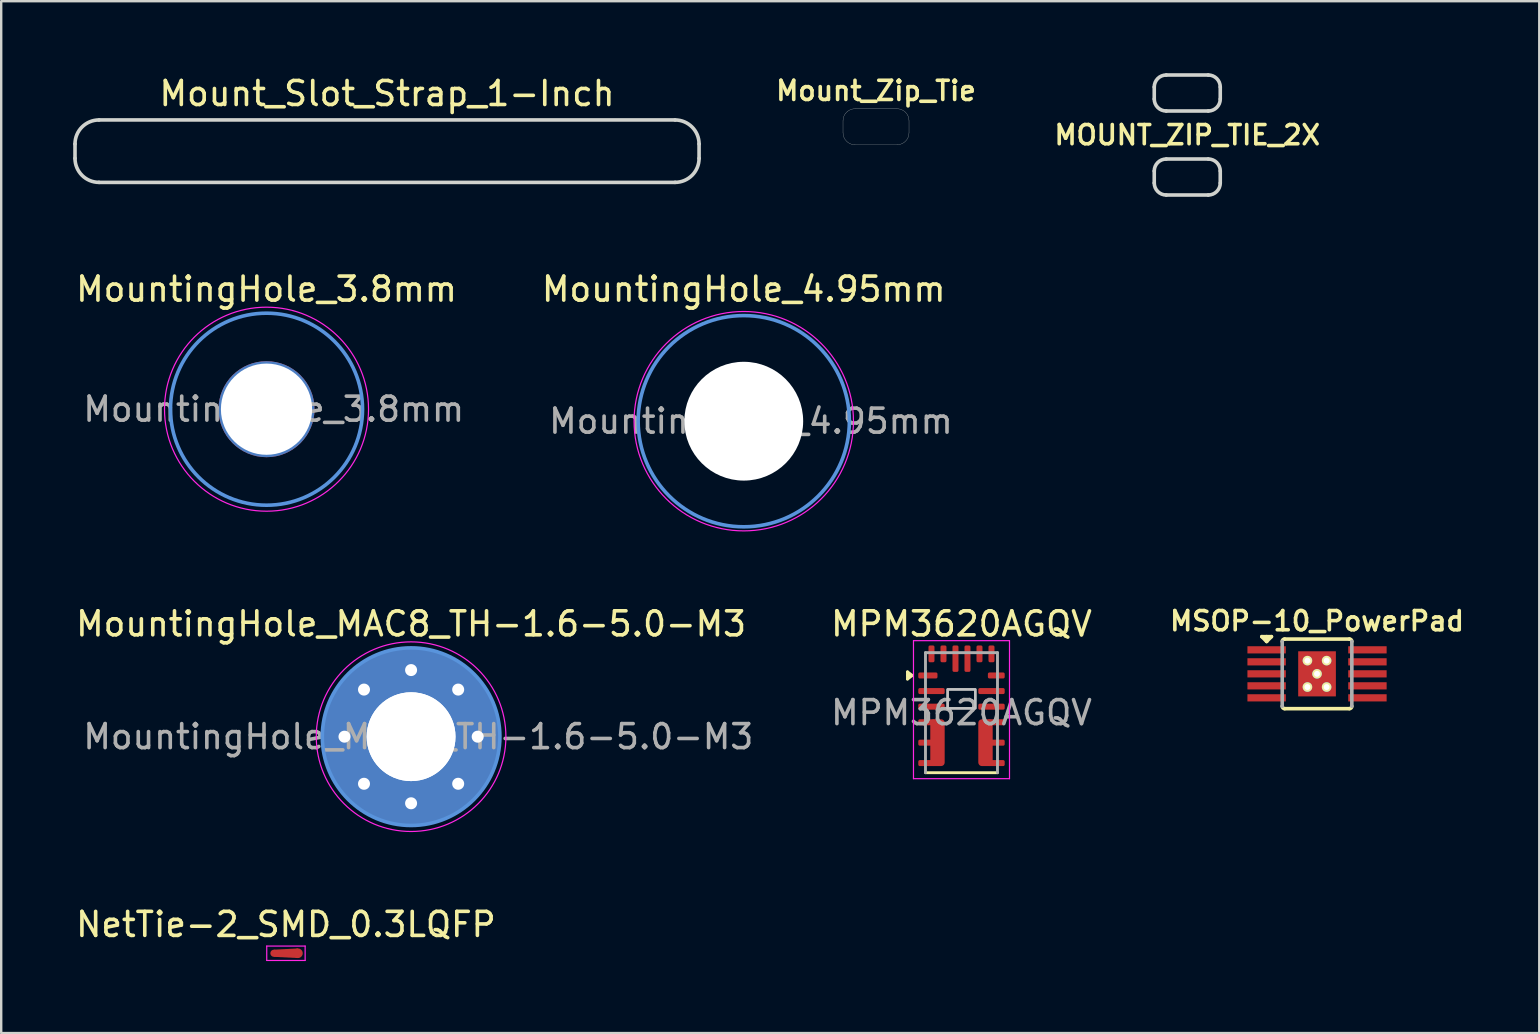
<source format=kicad_pcb>
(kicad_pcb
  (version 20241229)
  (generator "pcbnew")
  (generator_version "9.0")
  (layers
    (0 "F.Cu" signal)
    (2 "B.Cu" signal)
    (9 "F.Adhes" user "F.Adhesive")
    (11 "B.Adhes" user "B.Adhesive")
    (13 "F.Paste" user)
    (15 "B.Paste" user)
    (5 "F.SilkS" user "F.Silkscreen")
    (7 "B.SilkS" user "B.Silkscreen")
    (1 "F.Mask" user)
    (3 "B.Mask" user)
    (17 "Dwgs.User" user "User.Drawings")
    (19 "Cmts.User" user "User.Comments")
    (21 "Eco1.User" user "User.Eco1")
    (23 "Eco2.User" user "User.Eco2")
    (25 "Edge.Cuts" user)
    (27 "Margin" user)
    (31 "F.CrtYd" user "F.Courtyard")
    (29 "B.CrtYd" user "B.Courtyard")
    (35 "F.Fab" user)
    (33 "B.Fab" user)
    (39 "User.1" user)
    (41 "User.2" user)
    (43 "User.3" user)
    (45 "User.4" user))
  (footprint "Mount_Slot_Strap_1-Inch"
    (layer "F.Cu")
    (at 13.075 3.248)
    (property "Reference" "Mount_Slot_Strap_1-Inch" (at 0 -2.4 0) (layer "F.SilkS") (effects (font (size 1 1) (thickness 0.15))))
    (attr through_hole)
    (fp_line (start -13 0.3) (end -13 -0.3) (stroke (width 0.15) (type solid)) (layer "Edge.Cuts"))
    (fp_line (start -12 -1.3) (end 12 -1.3) (stroke (width 0.15) (type solid)) (layer "Edge.Cuts"))
    (fp_line (start -12 1.3) (end 12 1.3) (stroke (width 0.15) (type solid)) (layer "Edge.Cuts"))
    (fp_line (start 13 -0.3) (end 13 0.3) (stroke (width 0.15) (type solid)) (layer "Edge.Cuts"))
    (fp_arc (start -13 -0.3) (mid -12.707107 -1.007107) (end -12 -1.3) (stroke (width 0.15) (type solid)) (layer "Edge.Cuts"))
    (fp_arc (start -12 1.3) (mid -12.707107 1.007107) (end -13 0.3) (stroke (width 0.15) (type solid)) (layer "Edge.Cuts"))
    (fp_arc (start 12 -1.3) (mid 12.707107 -1.007107) (end 13 -0.3) (stroke (width 0.15) (type solid)) (layer "Edge.Cuts"))
    (fp_arc (start 13 0.3) (mid 12.707107 1.007107) (end 12 1.3) (stroke (width 0.15) (type solid)) (layer "Edge.Cuts")))
  (footprint "MountingHole_MAC8_TH-1.6-5.0-M3"
    (layer "F.Cu")
    (at 14.077 27.642)
    (property "Reference" "MountingHole_MAC8_TH-1.6-5.0-M3" (at 0 -4.7 0) (layer "F.SilkS") (effects (font (size 1 1) (thickness 0.15))))
    (attr exclude_from_pos_files exclude_from_bom)
    (fp_circle (center 0 0) (end 3.7 0) (stroke (width 0.15) (type solid)) (fill no) (layer "Cmts.User"))
    (fp_circle (center 0 0) (end 3.95 0) (stroke (width 0.05) (type solid)) (fill no) (layer "F.CrtYd"))
    (fp_text user "${REFERENCE}" (at 0.3 0 0) (layer "F.Fab") (effects (font (size 1 1) (thickness 0.15))))
    (pad "1" thru_hole circle (at -2.775 0) (size 0.8 0.8) (drill 0.5) (layers "*.Cu" "*.Mask"))
    (pad "1" thru_hole circle (at -1.962 -1.962) (size 0.8 0.8) (drill 0.5) (layers "*.Cu" "*.Mask"))
    (pad "1" thru_hole circle (at -1.962 1.962) (size 0.8 0.8) (drill 0.5) (layers "*.Cu" "*.Mask"))
    (pad "1" thru_hole circle (at 0 -2.775) (size 0.8 0.8) (drill 0.5) (layers "*.Cu" "*.Mask"))
    (pad "1" thru_hole circle (at 0 0) (size 4.1 4.1) (drill 3.7) (layers "*.Cu" "B.Mask"))
    (pad "1" thru_hole oval (at 0 0) (size 7.4 7.4) (drill 3.7) (layers "F.Cu" "F.Mask"))
    (pad "1" thru_hole circle (at 0 2.775) (size 0.8 0.8) (drill 0.5) (layers "*.Cu" "*.Mask"))
    (pad "1" thru_hole circle (at 1.962 -1.962) (size 0.8 0.8) (drill 0.5) (layers "*.Cu" "*.Mask"))
    (pad "1" thru_hole circle (at 1.962 1.962) (size 0.8 0.8) (drill 0.5) (layers "*.Cu" "*.Mask"))
    (pad "1" thru_hole circle (at 2.775 0) (size 0.8 0.8) (drill 0.5) (layers "*.Cu" "*.Mask")))
  (footprint "MOUNT_ZIP_TIE_2X"
    (layer "F.Cu")
    (at 46.414 2.575)
    (property "Reference" "MOUNT_ZIP_TIE_2X" (at 0 0 0) (layer "F.SilkS") (effects (font (size 0.8 0.8) (thickness 0.15))))
    (attr through_hole)
    (fp_line (start -1.375 -1.5) (end -1.375 -2) (stroke (width 0.15) (type solid)) (layer "Edge.Cuts"))
    (fp_line (start -1.375 2) (end -1.375 1.5) (stroke (width 0.15) (type solid)) (layer "Edge.Cuts"))
    (fp_line (start -0.875 -2.5) (end 0.875 -2.5) (stroke (width 0.15) (type solid)) (layer "Edge.Cuts"))
    (fp_line (start -0.875 1) (end 0.875 1) (stroke (width 0.15) (type solid)) (layer "Edge.Cuts"))
    (fp_line (start 0.875 -1) (end -0.875 -1) (stroke (width 0.15) (type solid)) (layer "Edge.Cuts"))
    (fp_line (start 0.875 2.5) (end -0.875 2.5) (stroke (width 0.15) (type solid)) (layer "Edge.Cuts"))
    (fp_line (start 1.375 -2) (end 1.375 -1.5) (stroke (width 0.15) (type solid)) (layer "Edge.Cuts"))
    (fp_line (start 1.375 1.5) (end 1.375 2) (stroke (width 0.15) (type solid)) (layer "Edge.Cuts"))
    (fp_arc (start -1.375 -2) (mid -1.228553 -2.353553) (end -0.875 -2.5) (stroke (width 0.15) (type solid)) (layer "Edge.Cuts"))
    (fp_arc (start -1.375 1.5) (mid -1.228553 1.146447) (end -0.875 1) (stroke (width 0.15) (type solid)) (layer "Edge.Cuts"))
    (fp_arc (start -0.875 -1) (mid -1.228553 -1.146447) (end -1.375 -1.5) (stroke (width 0.15) (type solid)) (layer "Edge.Cuts"))
    (fp_arc (start -0.875 2.5) (mid -1.228553 2.353553) (end -1.375 2) (stroke (width 0.15) (type solid)) (layer "Edge.Cuts"))
    (fp_arc (start 0.875 -2.5) (mid 1.228553 -2.353553) (end 1.375 -2) (stroke (width 0.15) (type solid)) (layer "Edge.Cuts"))
    (fp_arc (start 0.875 1) (mid 1.228553 1.146447) (end 1.375 1.5) (stroke (width 0.15) (type solid)) (layer "Edge.Cuts"))
    (fp_arc (start 1.375 -1.5) (mid 1.228553 -1.146447) (end 0.875 -1) (stroke (width 0.15) (type solid)) (layer "Edge.Cuts"))
    (fp_arc (start 1.375 2) (mid 1.228553 2.353553) (end 0.875 2.5) (stroke (width 0.15) (type solid)) (layer "Edge.Cuts")))
  (footprint "Mount_Zip_Tie"
    (layer "F.Cu")
    (at 33.447 2.231)
    (property "Reference" "Mount_Zip_Tie" (at 0 -1.5 0) (layer "F.SilkS") (effects (font (size 0.8 0.8) (thickness 0.15))))
    (attr through_hole)
    (fp_line (start -1.375 0.25) (end -1.375 -0.25) (stroke (width 0.01) (type solid)) (layer "Edge.Cuts"))
    (fp_line (start -0.875 -0.75) (end 0.875 -0.75) (stroke (width 0.01) (type solid)) (layer "Edge.Cuts"))
    (fp_line (start 0.875 0.75) (end -0.875 0.75) (stroke (width 0.01) (type solid)) (layer "Edge.Cuts"))
    (fp_line (start 1.375 -0.25) (end 1.375 0.25) (stroke (width 0.01) (type solid)) (layer "Edge.Cuts"))
    (fp_arc (start -1.375 -0.25) (mid -1.228553 -0.603553) (end -0.875 -0.75) (stroke (width 0.01) (type solid)) (layer "Edge.Cuts"))
    (fp_arc (start -0.875 0.75) (mid -1.228553 0.603553) (end -1.375 0.25) (stroke (width 0.01) (type solid)) (layer "Edge.Cuts"))
    (fp_arc (start 0.875 -0.75) (mid 1.228553 -0.603553) (end 1.375 -0.25) (stroke (width 0.01) (type solid)) (layer "Edge.Cuts"))
    (fp_arc (start 1.375 0.25) (mid 1.228553 0.603553) (end 0.875 0.75) (stroke (width 0.01) (type solid)) (layer "Edge.Cuts")))
  (footprint "NetTie-2_SMD_0.3LQFP"
    (layer "F.Cu")
    (at 8.863 36.665)
    (property "Reference" "NetTie-2_SMD_0.3LQFP" (at 0 -1.2 0) (layer "F.SilkS") (effects (font (size 1 1) (thickness 0.15))))
    (attr exclude_from_pos_files exclude_from_bom)
    (fp_poly (pts (xy -0.5 -0.15) (xy 0.5 -0.2) (xy 0.5 0.2) (xy -0.5 0.15)) (stroke (width 0) (type solid)) (fill yes) (layer "F.Cu"))
    (fp_line (start -0.8 -0.3) (end -0.8 0.3) (stroke (width 0.05) (type solid)) (layer "F.CrtYd"))
    (fp_line (start -0.8 0.3) (end 0.8 0.3) (stroke (width 0.05) (type solid)) (layer "F.CrtYd"))
    (fp_line (start 0.8 -0.3) (end -0.8 -0.3) (stroke (width 0.05) (type solid)) (layer "F.CrtYd"))
    (fp_line (start 0.8 0.3) (end 0.8 -0.3) (stroke (width 0.05) (type solid)) (layer "F.CrtYd"))
    (pad "1" smd circle (at -0.5 0) (size 0.3 0.3) (layers "F.Cu"))
    (pad "2" smd circle (at 0.5 0) (size 0.4 0.4) (layers "F.Cu")))
  (footprint "MountingHole_3.8mm"
    (layer "F.Cu")
    (at 8.054 13.998)
    (property "Reference" "MountingHole_3.8mm" (at 0 -5 0) (layer "F.SilkS") (effects (font (size 1 1) (thickness 0.15))))
    (attr exclude_from_pos_files exclude_from_bom)
    (fp_circle (center 0 0) (end 4 0) (stroke (width 0.15) (type solid)) (fill no) (layer "Cmts.User"))
    (fp_circle (center 0 0) (end 4.25 0) (stroke (width 0.05) (type solid)) (fill no) (layer "F.CrtYd"))
    (fp_text user "${REFERENCE}" (at 0.3 0 0) (layer "F.Fab") (effects (font (size 1 1) (thickness 0.15))))
    (pad "" np_thru_hole circle (at 0 0) (size 4 4) (drill 3.8) (layers "*.Cu" "*.Mask")))
  (footprint "MSOP-10_PowerPad"
    (layer "F.Cu")
    (at 51.821 25.024)
    (property "Reference" "MSOP-10_PowerPad" (at 0 -2.2 0) (layer "F.SilkS") (effects (font (size 0.8 0.8) (thickness 0.15))))
    (attr through_hole)
    (fp_line (start -2.3 -1.55) (end -1.9 -1.55) (stroke (width 0.15) (type solid)) (layer "F.SilkS"))
    (fp_line (start -2.1 -1.35) (end -2.3 -1.55) (stroke (width 0.15) (type solid)) (layer "F.SilkS"))
    (fp_line (start -2.1 -1.35) (end -2.1 -1.55) (stroke (width 0.15) (type solid)) (layer "F.SilkS"))
    (fp_line (start -1.9 -1.55) (end -2.1 -1.35) (stroke (width 0.15) (type solid)) (layer "F.SilkS"))
    (fp_line (start -1.35 -1.45) (end 1.35 -1.45) (stroke (width 0.15) (type solid)) (layer "F.SilkS"))
    (fp_line (start -1.35 1.45) (end 1.35 1.45) (stroke (width 0.15) (type solid)) (layer "F.SilkS"))
    (fp_arc (start -1.45 -1.35) (mid -1.420711 -1.420711) (end -1.35 -1.45) (stroke (width 0.15) (type solid)) (layer "F.SilkS"))
    (fp_arc (start -1.35 1.45) (mid -1.420711 1.420711) (end -1.45 1.35) (stroke (width 0.15) (type solid)) (layer "F.SilkS"))
    (fp_arc (start 1.35 -1.45) (mid 1.420711 -1.420711) (end 1.45 -1.35) (stroke (width 0.15) (type solid)) (layer "F.SilkS"))
    (fp_arc (start 1.45 1.35) (mid 1.420711 1.420711) (end 1.35 1.45) (stroke (width 0.15) (type solid)) (layer "F.SilkS"))
    (fp_line (start -1.45 1.35) (end -1.45 -1.35) (stroke (width 0.15) (type solid)) (layer "F.Fab"))
    (fp_line (start 1.45 -1.35) (end 1.45 1.35) (stroke (width 0.15) (type solid)) (layer "F.Fab"))
    (pad "1" smd rect (at -2.1 -1) (size 1.6 0.3) (layers "F.Cu" "F.Mask" "F.Paste"))
    (pad "2" smd rect (at -2.1 -0.5) (size 1.6 0.3) (layers "F.Cu" "F.Mask" "F.Paste"))
    (pad "3" smd rect (at -2.1 0) (size 1.6 0.3) (layers "F.Cu" "F.Mask" "F.Paste"))
    (pad "4" smd rect (at -2.1 0.5) (size 1.6 0.3) (layers "F.Cu" "F.Mask" "F.Paste"))
    (pad "5" smd rect (at -2.1 1) (size 1.6 0.3) (layers "F.Cu" "F.Mask" "F.Paste"))
    (pad "6" smd rect (at 2.1 1) (size 1.6 0.3) (layers "F.Cu" "F.Mask" "F.Paste"))
    (pad "7" smd rect (at 2.1 0.5) (size 1.6 0.3) (layers "F.Cu" "F.Mask" "F.Paste"))
    (pad "8" smd rect (at 2.1 0) (size 1.6 0.3) (layers "F.Cu" "F.Mask" "F.Paste"))
    (pad "9" smd rect (at 2.1 -0.5) (size 1.6 0.3) (layers "F.Cu" "F.Mask" "F.Paste"))
    (pad "10" smd rect (at 2.1 -1) (size 1.6 0.3) (layers "F.Cu" "F.Mask" "F.Paste"))
    (pad "11" thru_hole circle (at -0.4 -0.55) (size 0.4 0.4) (drill 0.25) (layers "*.Cu" "*.Mask" "F.SilkS"))
    (pad "11" thru_hole circle (at -0.4 0.55) (size 0.4 0.4) (drill 0.25) (layers "*.Cu" "*.Mask" "F.SilkS"))
    (pad "11" thru_hole circle (at 0 0) (size 0.4 0.4) (drill 0.25) (layers "*.Cu" "*.Mask" "F.SilkS"))
    (pad "11" smd rect (at 0 0) (size 1.57 1.88) (layers "F.Cu" "F.Mask" "F.Paste"))
    (pad "11" thru_hole circle (at 0.4 -0.55) (size 0.4 0.4) (drill 0.25) (layers "*.Cu" "*.Mask" "F.SilkS"))
    (pad "11" thru_hole circle (at 0.4 0.55) (size 0.4 0.4) (drill 0.25) (layers "*.Cu" "*.Mask" "F.SilkS")))
  (footprint "MountingHole_4.95mm"
    (layer "F.Cu")
    (at 27.937 14.498)
    (property "Reference" "MountingHole_4.95mm" (at 0 -5.5 0) (layer "F.SilkS") (effects (font (size 1 1) (thickness 0.15))))
    (attr exclude_from_pos_files exclude_from_bom)
    (fp_circle (center 0 0) (end 4.4 0) (stroke (width 0.15) (type solid)) (fill no) (layer "Cmts.User"))
    (fp_circle (center 0 0) (end 4.57 0) (stroke (width 0.05) (type solid)) (fill no) (layer "F.CrtYd"))
    (fp_text user "${REFERENCE}" (at 0.3 0 0) (layer "F.Fab") (effects (font (size 1 1) (thickness 0.15))))
    (pad "" np_thru_hole circle (at 0 0) (size 4.95 4.95) (drill 4.95) (layers "*.Cu" "*.Mask")))
  (footprint "MPM3620AGQV"
    (layer "F.Cu")
    (at 37.008 26.642)
    (property "Reference" "MPM3620AGQV" (at 0 -3.7 0) (layer "F.SilkS") (effects (font (size 1 1) (thickness 0.15))))
    (attr smd)
    (fp_line (start -2.25 -1.7) (end -2.05 -1.55) (stroke (width 0.12) (type solid)) (layer "F.SilkS"))
    (fp_line (start -2.25 -1.4) (end -2.25 -1.7) (stroke (width 0.12) (type solid)) (layer "F.SilkS"))
    (fp_line (start -2.05 -1.55) (end -2.25 -1.55) (stroke (width 0.12) (type solid)) (layer "F.SilkS"))
    (fp_line (start -2.05 -1.55) (end -2.25 -1.4) (stroke (width 0.12) (type solid)) (layer "F.SilkS"))
    (fp_line (start -1.5 2.5) (end 1.5 2.5) (stroke (width 0.12) (type solid)) (layer "F.SilkS"))
    (fp_poly (pts (xy -0.577 -0.97) (xy 0.575 -0.97) (xy 0.575 -0.181) (xy -0.577 -0.181)) (stroke (width 0.1) (type solid)) (fill no) (layer "Dwgs.User"))
    (fp_poly (pts (xy -0.576 -0.97) (xy 0.575 -0.97) (xy 0.575 -0.18) (xy -0.576 -0.18)) (stroke (width 0.1) (type solid)) (fill no) (layer "Dwgs.User"))
    (fp_line (start -2 -3) (end 2 -3) (stroke (width 0.05) (type solid)) (layer "F.CrtYd"))
    (fp_line (start -2 2.75) (end -2 -3) (stroke (width 0.05) (type solid)) (layer "F.CrtYd"))
    (fp_line (start 2 -3) (end 2 2.75) (stroke (width 0.05) (type solid)) (layer "F.CrtYd"))
    (fp_line (start 2 2.75) (end -2 2.75) (stroke (width 0.05) (type solid)) (layer "F.CrtYd"))
    (fp_line (start -1.5 -2.5) (end -1.5 2.5) (stroke (width 0.12) (type solid)) (layer "F.Fab"))
    (fp_line (start 1.5 -2.5) (end -1.5 -2.5) (stroke (width 0.12) (type solid)) (layer "F.Fab"))
    (fp_line (start 1.5 2.5) (end 1.5 -2.5) (stroke (width 0.12) (type solid)) (layer "F.Fab"))
    (fp_text user "${REFERENCE}" (at 0 0 0) (layer "F.Fab") (effects (font (size 1 1) (thickness 0.15))))
    (pad "1" smd roundrect (at -1.4 -1.55 90) (size 0.25 0.8) (layers "F.Cu" "F.Mask" "F.Paste") (roundrect_rratio 0.25))
    (pad "2" smd roundrect (at -1.25 -0.9 90) (size 0.25 1.1) (layers "F.Cu" "F.Mask" "F.Paste") (roundrect_rratio 0.25))
    (pad "3" smd roundrect (at -1.25 -0.25 90) (size 0.25 1.1) (layers "F.Cu" "F.Mask" "F.Paste") (roundrect_rratio 0.25))
    (pad "4" smd roundrect (at -1.45 0.4 270) (size 0.25 0.7) (layers "F.Cu" "F.Mask" "F.Paste") (roundrect_rratio 0.25))
    (pad "5" smd roundrect (at -1.45 1.25 270) (size 0.25 0.7) (layers "F.Cu" "F.Mask" "F.Paste") (roundrect_rratio 0.25))
    (pad "6" smd roundrect (at -1.45 2.1 270) (size 0.25 0.7) (layers "F.Cu" "F.Mask" "F.Paste") (roundrect_rratio 0.25))
    (pad "7" smd roundrect (at 1.45 2.1 270) (size 0.25 0.7) (layers "F.Cu" "F.Mask" "F.Paste") (roundrect_rratio 0.25))
    (pad "8" smd roundrect (at 1.45 1.25 270) (size 0.25 0.7) (layers "F.Cu" "F.Mask" "F.Paste") (roundrect_rratio 0.25))
    (pad "9" smd roundrect (at 1.45 0.4 270) (size 0.25 0.7) (layers "F.Cu" "F.Mask" "F.Paste") (roundrect_rratio 0.25))
    (pad "10" smd roundrect (at 1.25 -0.25 90) (size 0.25 1.1) (layers "F.Cu" "F.Mask" "F.Paste") (roundrect_rratio 0.25))
    (pad "11" smd roundrect (at 1.25 -0.9 90) (size 0.25 1.1) (layers "F.Cu" "F.Mask" "F.Paste") (roundrect_rratio 0.25))
    (pad "12" smd roundrect (at 1.45 -1.55 90) (size 0.25 0.7) (layers "F.Cu" "F.Mask" "F.Paste") (roundrect_rratio 0.25))
    (pad "13" smd roundrect (at 1.25 -2.45) (size 0.25 0.7) (layers "F.Cu" "F.Mask" "F.Paste") (roundrect_rratio 0.25))
    (pad "14" smd roundrect (at 0.75 -2.45) (size 0.25 0.7) (layers "F.Cu" "F.Mask" "F.Paste") (roundrect_rratio 0.25))
    (pad "15" smd roundrect (at 0.25 -2.25) (size 0.25 1.1) (layers "F.Cu" "F.Mask" "F.Paste") (roundrect_rratio 0.25))
    (pad "16" smd roundrect (at -0.25 -2.25) (size 0.25 1.1) (layers "F.Cu" "F.Mask" "F.Paste") (roundrect_rratio 0.25))
    (pad "17" smd roundrect (at -0.75 -2.45) (size 0.25 0.7) (layers "F.Cu" "F.Mask" "F.Paste") (roundrect_rratio 0.25))
    (pad "18" smd roundrect (at -1.25 -2.45) (size 0.25 0.7) (layers "F.Cu" "F.Mask" "F.Paste") (roundrect_rratio 0.25))
    (pad "19" smd roundrect (at -1 1.25 90) (size 1.95 0.6) (layers "F.Cu" "F.Mask" "F.Paste") (roundrect_rratio 0.25))
    (pad "20" smd roundrect (at 1 1.25 90) (size 1.95 0.6) (layers "F.Cu" "F.Mask" "F.Paste") (roundrect_rratio 0.25)))
  (gr_rect
    (start -3 -3)
    (end 61.08 39.99)
    (stroke (width 0.1) (type default))
    (fill no)
    (layer "Edge.Cuts")))
</source>
